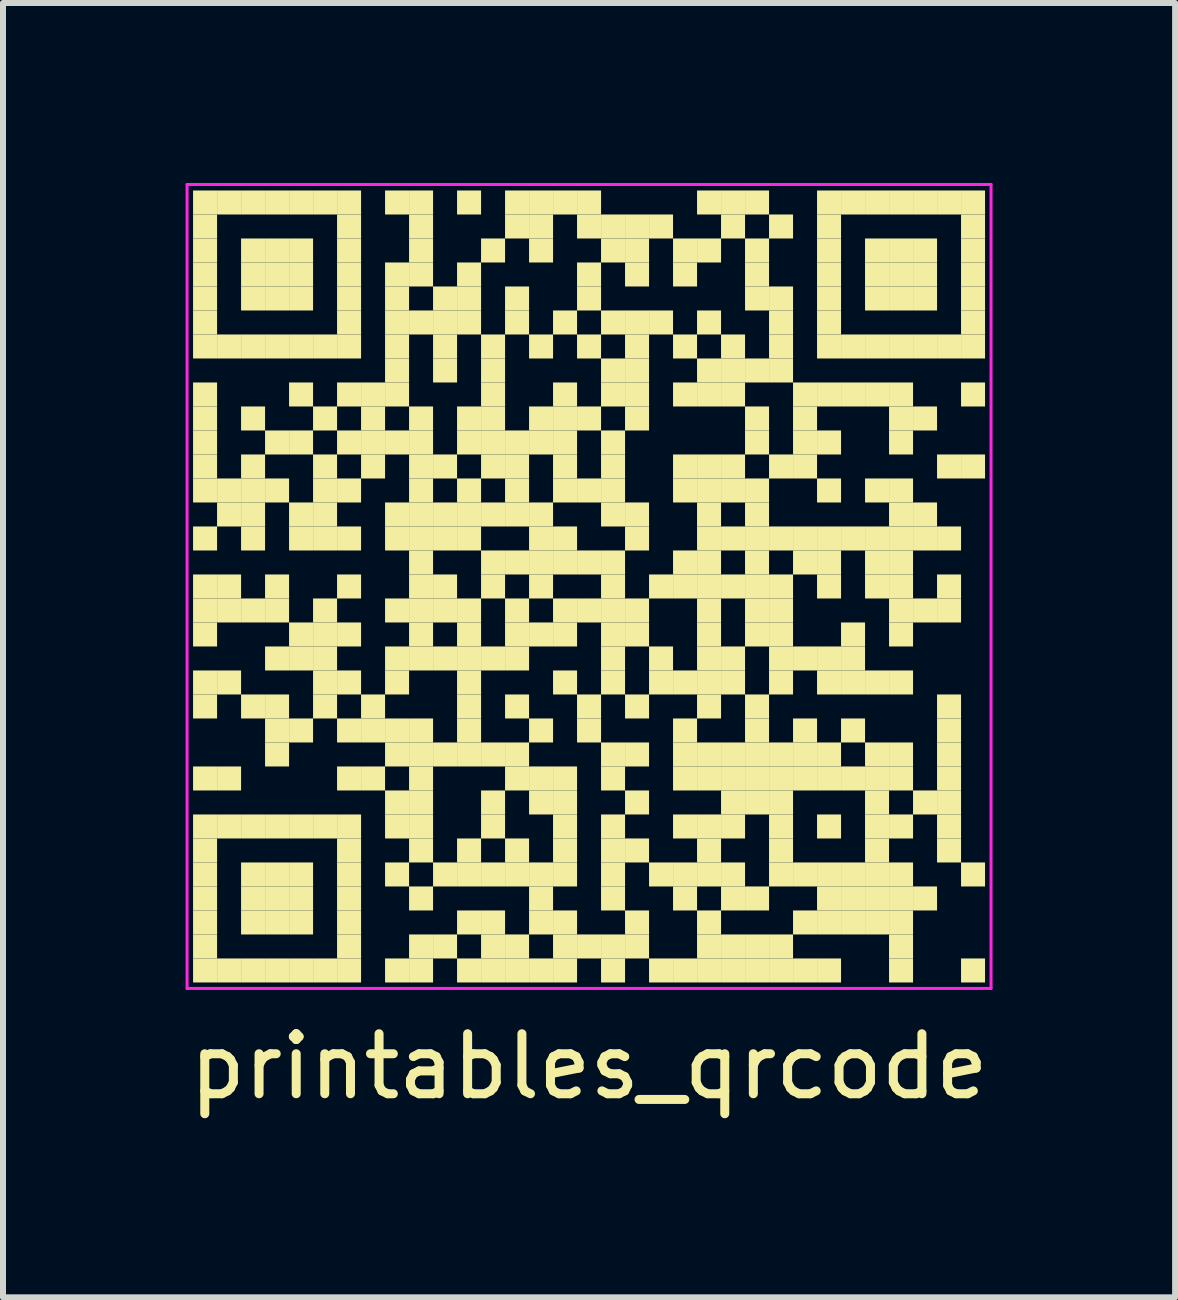
<source format=kicad_pcb>
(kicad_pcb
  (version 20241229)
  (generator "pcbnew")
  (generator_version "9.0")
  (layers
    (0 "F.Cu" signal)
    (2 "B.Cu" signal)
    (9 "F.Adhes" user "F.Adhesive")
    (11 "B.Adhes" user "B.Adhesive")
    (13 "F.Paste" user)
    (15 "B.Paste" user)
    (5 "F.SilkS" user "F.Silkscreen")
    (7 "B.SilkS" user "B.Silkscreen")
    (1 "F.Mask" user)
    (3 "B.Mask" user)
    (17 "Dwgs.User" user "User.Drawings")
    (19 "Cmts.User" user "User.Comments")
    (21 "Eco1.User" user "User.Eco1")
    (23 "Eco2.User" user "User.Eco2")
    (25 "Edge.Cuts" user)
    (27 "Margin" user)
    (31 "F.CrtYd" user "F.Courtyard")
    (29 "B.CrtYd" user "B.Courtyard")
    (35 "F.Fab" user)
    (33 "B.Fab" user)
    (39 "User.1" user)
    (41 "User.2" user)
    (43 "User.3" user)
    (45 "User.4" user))
  (footprint "printables_qrcode"
    (layer "F.Cu")
    (at 6.768 6.725)
    (property "Reference" "printables_qrcode" (at 0 8 0) (layer "F.SilkS") (effects (font (size 1 1) (thickness 0.15))))
    (fp_rect (start -6.6 -6.6) (end -6.2 -6.2) (stroke (width 0) (type solid)) (fill yes) (layer "F.SilkS"))
    (fp_rect (start -6.6 -6.2) (end -6.2 -5.8) (stroke (width 0) (type solid)) (fill yes) (layer "F.SilkS"))
    (fp_rect (start -6.6 -5.8) (end -6.2 -5.4) (stroke (width 0) (type solid)) (fill yes) (layer "F.SilkS"))
    (fp_rect (start -6.6 -5.4) (end -6.2 -5) (stroke (width 0) (type solid)) (fill yes) (layer "F.SilkS"))
    (fp_rect (start -6.6 -5) (end -6.2 -4.6) (stroke (width 0) (type solid)) (fill yes) (layer "F.SilkS"))
    (fp_rect (start -6.6 -4.6) (end -6.2 -4.2) (stroke (width 0) (type solid)) (fill yes) (layer "F.SilkS"))
    (fp_rect (start -6.6 -4.2) (end -6.2 -3.8) (stroke (width 0) (type solid)) (fill yes) (layer "F.SilkS"))
    (fp_rect (start -6.6 -3.4) (end -6.2 -3) (stroke (width 0) (type solid)) (fill yes) (layer "F.SilkS"))
    (fp_rect (start -6.6 -3) (end -6.2 -2.6) (stroke (width 0) (type solid)) (fill yes) (layer "F.SilkS"))
    (fp_rect (start -6.6 -2.6) (end -6.2 -2.2) (stroke (width 0) (type solid)) (fill yes) (layer "F.SilkS"))
    (fp_rect (start -6.6 -2.2) (end -6.2 -1.8) (stroke (width 0) (type solid)) (fill yes) (layer "F.SilkS"))
    (fp_rect (start -6.6 -1.8) (end -6.2 -1.4) (stroke (width 0) (type solid)) (fill yes) (layer "F.SilkS"))
    (fp_rect (start -6.6 -1) (end -6.2 -0.6) (stroke (width 0) (type solid)) (fill yes) (layer "F.SilkS"))
    (fp_rect (start -6.6 -0.2) (end -6.2 0.2) (stroke (width 0) (type solid)) (fill yes) (layer "F.SilkS"))
    (fp_rect (start -6.6 0.2) (end -6.2 0.6) (stroke (width 0) (type solid)) (fill yes) (layer "F.SilkS"))
    (fp_rect (start -6.6 0.6) (end -6.2 1) (stroke (width 0) (type solid)) (fill yes) (layer "F.SilkS"))
    (fp_rect (start -6.6 1.4) (end -6.2 1.8) (stroke (width 0) (type solid)) (fill yes) (layer "F.SilkS"))
    (fp_rect (start -6.6 1.8) (end -6.2 2.2) (stroke (width 0) (type solid)) (fill yes) (layer "F.SilkS"))
    (fp_rect (start -6.6 3) (end -6.2 3.4) (stroke (width 0) (type solid)) (fill yes) (layer "F.SilkS"))
    (fp_rect (start -6.6 3.8) (end -6.2 4.2) (stroke (width 0) (type solid)) (fill yes) (layer "F.SilkS"))
    (fp_rect (start -6.6 4.2) (end -6.2 4.6) (stroke (width 0) (type solid)) (fill yes) (layer "F.SilkS"))
    (fp_rect (start -6.6 4.6) (end -6.2 5) (stroke (width 0) (type solid)) (fill yes) (layer "F.SilkS"))
    (fp_rect (start -6.6 5) (end -6.2 5.4) (stroke (width 0) (type solid)) (fill yes) (layer "F.SilkS"))
    (fp_rect (start -6.6 5.4) (end -6.2 5.8) (stroke (width 0) (type solid)) (fill yes) (layer "F.SilkS"))
    (fp_rect (start -6.6 5.8) (end -6.2 6.2) (stroke (width 0) (type solid)) (fill yes) (layer "F.SilkS"))
    (fp_rect (start -6.6 6.2) (end -6.2 6.6) (stroke (width 0) (type solid)) (fill yes) (layer "F.SilkS"))
    (fp_rect (start -6.2 -6.6) (end -5.8 -6.2) (stroke (width 0) (type solid)) (fill yes) (layer "F.SilkS"))
    (fp_rect (start -6.2 -4.2) (end -5.8 -3.8) (stroke (width 0) (type solid)) (fill yes) (layer "F.SilkS"))
    (fp_rect (start -6.2 -1.8) (end -5.8 -1.4) (stroke (width 0) (type solid)) (fill yes) (layer "F.SilkS"))
    (fp_rect (start -6.2 -1.4) (end -5.8 -1) (stroke (width 0) (type solid)) (fill yes) (layer "F.SilkS"))
    (fp_rect (start -6.2 -0.2) (end -5.8 0.2) (stroke (width 0) (type solid)) (fill yes) (layer "F.SilkS"))
    (fp_rect (start -6.2 0.2) (end -5.8 0.6) (stroke (width 0) (type solid)) (fill yes) (layer "F.SilkS"))
    (fp_rect (start -6.2 1.4) (end -5.8 1.8) (stroke (width 0) (type solid)) (fill yes) (layer "F.SilkS"))
    (fp_rect (start -6.2 3) (end -5.8 3.4) (stroke (width 0) (type solid)) (fill yes) (layer "F.SilkS"))
    (fp_rect (start -6.2 3.8) (end -5.8 4.2) (stroke (width 0) (type solid)) (fill yes) (layer "F.SilkS"))
    (fp_rect (start -6.2 6.2) (end -5.8 6.6) (stroke (width 0) (type solid)) (fill yes) (layer "F.SilkS"))
    (fp_rect (start -5.8 -6.6) (end -5.4 -6.2) (stroke (width 0) (type solid)) (fill yes) (layer "F.SilkS"))
    (fp_rect (start -5.8 -5.8) (end -5.4 -5.4) (stroke (width 0) (type solid)) (fill yes) (layer "F.SilkS"))
    (fp_rect (start -5.8 -5.4) (end -5.4 -5) (stroke (width 0) (type solid)) (fill yes) (layer "F.SilkS"))
    (fp_rect (start -5.8 -5) (end -5.4 -4.6) (stroke (width 0) (type solid)) (fill yes) (layer "F.SilkS"))
    (fp_rect (start -5.8 -4.2) (end -5.4 -3.8) (stroke (width 0) (type solid)) (fill yes) (layer "F.SilkS"))
    (fp_rect (start -5.8 -3) (end -5.4 -2.6) (stroke (width 0) (type solid)) (fill yes) (layer "F.SilkS"))
    (fp_rect (start -5.8 -2.2) (end -5.4 -1.8) (stroke (width 0) (type solid)) (fill yes) (layer "F.SilkS"))
    (fp_rect (start -5.8 -1.8) (end -5.4 -1.4) (stroke (width 0) (type solid)) (fill yes) (layer "F.SilkS"))
    (fp_rect (start -5.8 -1.4) (end -5.4 -1) (stroke (width 0) (type solid)) (fill yes) (layer "F.SilkS"))
    (fp_rect (start -5.8 -1) (end -5.4 -0.6) (stroke (width 0) (type solid)) (fill yes) (layer "F.SilkS"))
    (fp_rect (start -5.8 0.2) (end -5.4 0.6) (stroke (width 0) (type solid)) (fill yes) (layer "F.SilkS"))
    (fp_rect (start -5.8 1.8) (end -5.4 2.2) (stroke (width 0) (type solid)) (fill yes) (layer "F.SilkS"))
    (fp_rect (start -5.8 3.8) (end -5.4 4.2) (stroke (width 0) (type solid)) (fill yes) (layer "F.SilkS"))
    (fp_rect (start -5.8 4.6) (end -5.4 5) (stroke (width 0) (type solid)) (fill yes) (layer "F.SilkS"))
    (fp_rect (start -5.8 5) (end -5.4 5.4) (stroke (width 0) (type solid)) (fill yes) (layer "F.SilkS"))
    (fp_rect (start -5.8 5.4) (end -5.4 5.8) (stroke (width 0) (type solid)) (fill yes) (layer "F.SilkS"))
    (fp_rect (start -5.8 6.2) (end -5.4 6.6) (stroke (width 0) (type solid)) (fill yes) (layer "F.SilkS"))
    (fp_rect (start -5.4 -6.6) (end -5 -6.2) (stroke (width 0) (type solid)) (fill yes) (layer "F.SilkS"))
    (fp_rect (start -5.4 -5.8) (end -5 -5.4) (stroke (width 0) (type solid)) (fill yes) (layer "F.SilkS"))
    (fp_rect (start -5.4 -5.4) (end -5 -5) (stroke (width 0) (type solid)) (fill yes) (layer "F.SilkS"))
    (fp_rect (start -5.4 -5) (end -5 -4.6) (stroke (width 0) (type solid)) (fill yes) (layer "F.SilkS"))
    (fp_rect (start -5.4 -4.2) (end -5 -3.8) (stroke (width 0) (type solid)) (fill yes) (layer "F.SilkS"))
    (fp_rect (start -5.4 -2.6) (end -5 -2.2) (stroke (width 0) (type solid)) (fill yes) (layer "F.SilkS"))
    (fp_rect (start -5.4 -1.8) (end -5 -1.4) (stroke (width 0) (type solid)) (fill yes) (layer "F.SilkS"))
    (fp_rect (start -5.4 -0.2) (end -5 0.2) (stroke (width 0) (type solid)) (fill yes) (layer "F.SilkS"))
    (fp_rect (start -5.4 0.2) (end -5 0.6) (stroke (width 0) (type solid)) (fill yes) (layer "F.SilkS"))
    (fp_rect (start -5.4 1) (end -5 1.4) (stroke (width 0) (type solid)) (fill yes) (layer "F.SilkS"))
    (fp_rect (start -5.4 1.8) (end -5 2.2) (stroke (width 0) (type solid)) (fill yes) (layer "F.SilkS"))
    (fp_rect (start -5.4 2.2) (end -5 2.6) (stroke (width 0) (type solid)) (fill yes) (layer "F.SilkS"))
    (fp_rect (start -5.4 2.6) (end -5 3) (stroke (width 0) (type solid)) (fill yes) (layer "F.SilkS"))
    (fp_rect (start -5.4 3.8) (end -5 4.2) (stroke (width 0) (type solid)) (fill yes) (layer "F.SilkS"))
    (fp_rect (start -5.4 4.6) (end -5 5) (stroke (width 0) (type solid)) (fill yes) (layer "F.SilkS"))
    (fp_rect (start -5.4 5) (end -5 5.4) (stroke (width 0) (type solid)) (fill yes) (layer "F.SilkS"))
    (fp_rect (start -5.4 5.4) (end -5 5.8) (stroke (width 0) (type solid)) (fill yes) (layer "F.SilkS"))
    (fp_rect (start -5.4 6.2) (end -5 6.6) (stroke (width 0) (type solid)) (fill yes) (layer "F.SilkS"))
    (fp_rect (start -5 -6.6) (end -4.6 -6.2) (stroke (width 0) (type solid)) (fill yes) (layer "F.SilkS"))
    (fp_rect (start -5 -5.8) (end -4.6 -5.4) (stroke (width 0) (type solid)) (fill yes) (layer "F.SilkS"))
    (fp_rect (start -5 -5.4) (end -4.6 -5) (stroke (width 0) (type solid)) (fill yes) (layer "F.SilkS"))
    (fp_rect (start -5 -5) (end -4.6 -4.6) (stroke (width 0) (type solid)) (fill yes) (layer "F.SilkS"))
    (fp_rect (start -5 -4.2) (end -4.6 -3.8) (stroke (width 0) (type solid)) (fill yes) (layer "F.SilkS"))
    (fp_rect (start -5 -3.4) (end -4.6 -3) (stroke (width 0) (type solid)) (fill yes) (layer "F.SilkS"))
    (fp_rect (start -5 -2.6) (end -4.6 -2.2) (stroke (width 0) (type solid)) (fill yes) (layer "F.SilkS"))
    (fp_rect (start -5 -1.4) (end -4.6 -1) (stroke (width 0) (type solid)) (fill yes) (layer "F.SilkS"))
    (fp_rect (start -5 -1) (end -4.6 -0.6) (stroke (width 0) (type solid)) (fill yes) (layer "F.SilkS"))
    (fp_rect (start -5 0.6) (end -4.6 1) (stroke (width 0) (type solid)) (fill yes) (layer "F.SilkS"))
    (fp_rect (start -5 1) (end -4.6 1.4) (stroke (width 0) (type solid)) (fill yes) (layer "F.SilkS"))
    (fp_rect (start -5 2.2) (end -4.6 2.6) (stroke (width 0) (type solid)) (fill yes) (layer "F.SilkS"))
    (fp_rect (start -5 3.8) (end -4.6 4.2) (stroke (width 0) (type solid)) (fill yes) (layer "F.SilkS"))
    (fp_rect (start -5 4.6) (end -4.6 5) (stroke (width 0) (type solid)) (fill yes) (layer "F.SilkS"))
    (fp_rect (start -5 5) (end -4.6 5.4) (stroke (width 0) (type solid)) (fill yes) (layer "F.SilkS"))
    (fp_rect (start -5 5.4) (end -4.6 5.8) (stroke (width 0) (type solid)) (fill yes) (layer "F.SilkS"))
    (fp_rect (start -5 6.2) (end -4.6 6.6) (stroke (width 0) (type solid)) (fill yes) (layer "F.SilkS"))
    (fp_rect (start -4.6 -6.6) (end -4.2 -6.2) (stroke (width 0) (type solid)) (fill yes) (layer "F.SilkS"))
    (fp_rect (start -4.6 -4.2) (end -4.2 -3.8) (stroke (width 0) (type solid)) (fill yes) (layer "F.SilkS"))
    (fp_rect (start -4.6 -3) (end -4.2 -2.6) (stroke (width 0) (type solid)) (fill yes) (layer "F.SilkS"))
    (fp_rect (start -4.6 -2.2) (end -4.2 -1.8) (stroke (width 0) (type solid)) (fill yes) (layer "F.SilkS"))
    (fp_rect (start -4.6 -1.8) (end -4.2 -1.4) (stroke (width 0) (type solid)) (fill yes) (layer "F.SilkS"))
    (fp_rect (start -4.6 -1.4) (end -4.2 -1) (stroke (width 0) (type solid)) (fill yes) (layer "F.SilkS"))
    (fp_rect (start -4.6 -1) (end -4.2 -0.6) (stroke (width 0) (type solid)) (fill yes) (layer "F.SilkS"))
    (fp_rect (start -4.6 0.2) (end -4.2 0.6) (stroke (width 0) (type solid)) (fill yes) (layer "F.SilkS"))
    (fp_rect (start -4.6 0.6) (end -4.2 1) (stroke (width 0) (type solid)) (fill yes) (layer "F.SilkS"))
    (fp_rect (start -4.6 1) (end -4.2 1.4) (stroke (width 0) (type solid)) (fill yes) (layer "F.SilkS"))
    (fp_rect (start -4.6 1.4) (end -4.2 1.8) (stroke (width 0) (type solid)) (fill yes) (layer "F.SilkS"))
    (fp_rect (start -4.6 1.8) (end -4.2 2.2) (stroke (width 0) (type solid)) (fill yes) (layer "F.SilkS"))
    (fp_rect (start -4.6 3.8) (end -4.2 4.2) (stroke (width 0) (type solid)) (fill yes) (layer "F.SilkS"))
    (fp_rect (start -4.6 6.2) (end -4.2 6.6) (stroke (width 0) (type solid)) (fill yes) (layer "F.SilkS"))
    (fp_rect (start -4.2 -6.6) (end -3.8 -6.2) (stroke (width 0) (type solid)) (fill yes) (layer "F.SilkS"))
    (fp_rect (start -4.2 -6.2) (end -3.8 -5.8) (stroke (width 0) (type solid)) (fill yes) (layer "F.SilkS"))
    (fp_rect (start -4.2 -5.8) (end -3.8 -5.4) (stroke (width 0) (type solid)) (fill yes) (layer "F.SilkS"))
    (fp_rect (start -4.2 -5.4) (end -3.8 -5) (stroke (width 0) (type solid)) (fill yes) (layer "F.SilkS"))
    (fp_rect (start -4.2 -5) (end -3.8 -4.6) (stroke (width 0) (type solid)) (fill yes) (layer "F.SilkS"))
    (fp_rect (start -4.2 -4.6) (end -3.8 -4.2) (stroke (width 0) (type solid)) (fill yes) (layer "F.SilkS"))
    (fp_rect (start -4.2 -4.2) (end -3.8 -3.8) (stroke (width 0) (type solid)) (fill yes) (layer "F.SilkS"))
    (fp_rect (start -4.2 -3.4) (end -3.8 -3) (stroke (width 0) (type solid)) (fill yes) (layer "F.SilkS"))
    (fp_rect (start -4.2 -2.6) (end -3.8 -2.2) (stroke (width 0) (type solid)) (fill yes) (layer "F.SilkS"))
    (fp_rect (start -4.2 -1.8) (end -3.8 -1.4) (stroke (width 0) (type solid)) (fill yes) (layer "F.SilkS"))
    (fp_rect (start -4.2 -1) (end -3.8 -0.6) (stroke (width 0) (type solid)) (fill yes) (layer "F.SilkS"))
    (fp_rect (start -4.2 -0.2) (end -3.8 0.2) (stroke (width 0) (type solid)) (fill yes) (layer "F.SilkS"))
    (fp_rect (start -4.2 0.6) (end -3.8 1) (stroke (width 0) (type solid)) (fill yes) (layer "F.SilkS"))
    (fp_rect (start -4.2 1.4) (end -3.8 1.8) (stroke (width 0) (type solid)) (fill yes) (layer "F.SilkS"))
    (fp_rect (start -4.2 2.2) (end -3.8 2.6) (stroke (width 0) (type solid)) (fill yes) (layer "F.SilkS"))
    (fp_rect (start -4.2 3) (end -3.8 3.4) (stroke (width 0) (type solid)) (fill yes) (layer "F.SilkS"))
    (fp_rect (start -4.2 3.8) (end -3.8 4.2) (stroke (width 0) (type solid)) (fill yes) (layer "F.SilkS"))
    (fp_rect (start -4.2 4.2) (end -3.8 4.6) (stroke (width 0) (type solid)) (fill yes) (layer "F.SilkS"))
    (fp_rect (start -4.2 4.6) (end -3.8 5) (stroke (width 0) (type solid)) (fill yes) (layer "F.SilkS"))
    (fp_rect (start -4.2 5) (end -3.8 5.4) (stroke (width 0) (type solid)) (fill yes) (layer "F.SilkS"))
    (fp_rect (start -4.2 5.4) (end -3.8 5.8) (stroke (width 0) (type solid)) (fill yes) (layer "F.SilkS"))
    (fp_rect (start -4.2 5.8) (end -3.8 6.2) (stroke (width 0) (type solid)) (fill yes) (layer "F.SilkS"))
    (fp_rect (start -4.2 6.2) (end -3.8 6.6) (stroke (width 0) (type solid)) (fill yes) (layer "F.SilkS"))
    (fp_rect (start -3.8 -3.4) (end -3.4 -3) (stroke (width 0) (type solid)) (fill yes) (layer "F.SilkS"))
    (fp_rect (start -3.8 -3) (end -3.4 -2.6) (stroke (width 0) (type solid)) (fill yes) (layer "F.SilkS"))
    (fp_rect (start -3.8 -2.6) (end -3.4 -2.2) (stroke (width 0) (type solid)) (fill yes) (layer "F.SilkS"))
    (fp_rect (start -3.8 -2.2) (end -3.4 -1.8) (stroke (width 0) (type solid)) (fill yes) (layer "F.SilkS"))
    (fp_rect (start -3.8 1.8) (end -3.4 2.2) (stroke (width 0) (type solid)) (fill yes) (layer "F.SilkS"))
    (fp_rect (start -3.8 2.2) (end -3.4 2.6) (stroke (width 0) (type solid)) (fill yes) (layer "F.SilkS"))
    (fp_rect (start -3.8 3) (end -3.4 3.4) (stroke (width 0) (type solid)) (fill yes) (layer "F.SilkS"))
    (fp_rect (start -3.4 -6.6) (end -3 -6.2) (stroke (width 0) (type solid)) (fill yes) (layer "F.SilkS"))
    (fp_rect (start -3.4 -5.4) (end -3 -5) (stroke (width 0) (type solid)) (fill yes) (layer "F.SilkS"))
    (fp_rect (start -3.4 -5) (end -3 -4.6) (stroke (width 0) (type solid)) (fill yes) (layer "F.SilkS"))
    (fp_rect (start -3.4 -4.6) (end -3 -4.2) (stroke (width 0) (type solid)) (fill yes) (layer "F.SilkS"))
    (fp_rect (start -3.4 -4.2) (end -3 -3.8) (stroke (width 0) (type solid)) (fill yes) (layer "F.SilkS"))
    (fp_rect (start -3.4 -3.8) (end -3 -3.4) (stroke (width 0) (type solid)) (fill yes) (layer "F.SilkS"))
    (fp_rect (start -3.4 -3.4) (end -3 -3) (stroke (width 0) (type solid)) (fill yes) (layer "F.SilkS"))
    (fp_rect (start -3.4 -2.6) (end -3 -2.2) (stroke (width 0) (type solid)) (fill yes) (layer "F.SilkS"))
    (fp_rect (start -3.4 -1.4) (end -3 -1) (stroke (width 0) (type solid)) (fill yes) (layer "F.SilkS"))
    (fp_rect (start -3.4 -1) (end -3 -0.6) (stroke (width 0) (type solid)) (fill yes) (layer "F.SilkS"))
    (fp_rect (start -3.4 0.2) (end -3 0.6) (stroke (width 0) (type solid)) (fill yes) (layer "F.SilkS"))
    (fp_rect (start -3.4 1) (end -3 1.4) (stroke (width 0) (type solid)) (fill yes) (layer "F.SilkS"))
    (fp_rect (start -3.4 1.4) (end -3 1.8) (stroke (width 0) (type solid)) (fill yes) (layer "F.SilkS"))
    (fp_rect (start -3.4 2.2) (end -3 2.6) (stroke (width 0) (type solid)) (fill yes) (layer "F.SilkS"))
    (fp_rect (start -3.4 2.6) (end -3 3) (stroke (width 0) (type solid)) (fill yes) (layer "F.SilkS"))
    (fp_rect (start -3.4 3.4) (end -3 3.8) (stroke (width 0) (type solid)) (fill yes) (layer "F.SilkS"))
    (fp_rect (start -3.4 3.8) (end -3 4.2) (stroke (width 0) (type solid)) (fill yes) (layer "F.SilkS"))
    (fp_rect (start -3.4 4.6) (end -3 5) (stroke (width 0) (type solid)) (fill yes) (layer "F.SilkS"))
    (fp_rect (start -3.4 6.2) (end -3 6.6) (stroke (width 0) (type solid)) (fill yes) (layer "F.SilkS"))
    (fp_rect (start -3 -6.6) (end -2.6 -6.2) (stroke (width 0) (type solid)) (fill yes) (layer "F.SilkS"))
    (fp_rect (start -3 -6.2) (end -2.6 -5.8) (stroke (width 0) (type solid)) (fill yes) (layer "F.SilkS"))
    (fp_rect (start -3 -5.8) (end -2.6 -5.4) (stroke (width 0) (type solid)) (fill yes) (layer "F.SilkS"))
    (fp_rect (start -3 -5.4) (end -2.6 -5) (stroke (width 0) (type solid)) (fill yes) (layer "F.SilkS"))
    (fp_rect (start -3 -4.6) (end -2.6 -4.2) (stroke (width 0) (type solid)) (fill yes) (layer "F.SilkS"))
    (fp_rect (start -3 -3) (end -2.6 -2.6) (stroke (width 0) (type solid)) (fill yes) (layer "F.SilkS"))
    (fp_rect (start -3 -2.6) (end -2.6 -2.2) (stroke (width 0) (type solid)) (fill yes) (layer "F.SilkS"))
    (fp_rect (start -3 -2.2) (end -2.6 -1.8) (stroke (width 0) (type solid)) (fill yes) (layer "F.SilkS"))
    (fp_rect (start -3 -1.8) (end -2.6 -1.4) (stroke (width 0) (type solid)) (fill yes) (layer "F.SilkS"))
    (fp_rect (start -3 -1.4) (end -2.6 -1) (stroke (width 0) (type solid)) (fill yes) (layer "F.SilkS"))
    (fp_rect (start -3 -1) (end -2.6 -0.6) (stroke (width 0) (type solid)) (fill yes) (layer "F.SilkS"))
    (fp_rect (start -3 -0.6) (end -2.6 -0.2) (stroke (width 0) (type solid)) (fill yes) (layer "F.SilkS"))
    (fp_rect (start -3 -0.2) (end -2.6 0.2) (stroke (width 0) (type solid)) (fill yes) (layer "F.SilkS"))
    (fp_rect (start -3 0.2) (end -2.6 0.6) (stroke (width 0) (type solid)) (fill yes) (layer "F.SilkS"))
    (fp_rect (start -3 0.6) (end -2.6 1) (stroke (width 0) (type solid)) (fill yes) (layer "F.SilkS"))
    (fp_rect (start -3 1) (end -2.6 1.4) (stroke (width 0) (type solid)) (fill yes) (layer "F.SilkS"))
    (fp_rect (start -3 2.2) (end -2.6 2.6) (stroke (width 0) (type solid)) (fill yes) (layer "F.SilkS"))
    (fp_rect (start -3 2.6) (end -2.6 3) (stroke (width 0) (type solid)) (fill yes) (layer "F.SilkS"))
    (fp_rect (start -3 3) (end -2.6 3.4) (stroke (width 0) (type solid)) (fill yes) (layer "F.SilkS"))
    (fp_rect (start -3 3.4) (end -2.6 3.8) (stroke (width 0) (type solid)) (fill yes) (layer "F.SilkS"))
    (fp_rect (start -3 3.8) (end -2.6 4.2) (stroke (width 0) (type solid)) (fill yes) (layer "F.SilkS"))
    (fp_rect (start -3 4.2) (end -2.6 4.6) (stroke (width 0) (type solid)) (fill yes) (layer "F.SilkS"))
    (fp_rect (start -3 5) (end -2.6 5.4) (stroke (width 0) (type solid)) (fill yes) (layer "F.SilkS"))
    (fp_rect (start -3 5.8) (end -2.6 6.2) (stroke (width 0) (type solid)) (fill yes) (layer "F.SilkS"))
    (fp_rect (start -3 6.2) (end -2.6 6.6) (stroke (width 0) (type solid)) (fill yes) (layer "F.SilkS"))
    (fp_rect (start -2.6 -5) (end -2.2 -4.6) (stroke (width 0) (type solid)) (fill yes) (layer "F.SilkS"))
    (fp_rect (start -2.6 -4.6) (end -2.2 -4.2) (stroke (width 0) (type solid)) (fill yes) (layer "F.SilkS"))
    (fp_rect (start -2.6 -4.2) (end -2.2 -3.8) (stroke (width 0) (type solid)) (fill yes) (layer "F.SilkS"))
    (fp_rect (start -2.6 -3.8) (end -2.2 -3.4) (stroke (width 0) (type solid)) (fill yes) (layer "F.SilkS"))
    (fp_rect (start -2.6 -2.2) (end -2.2 -1.8) (stroke (width 0) (type solid)) (fill yes) (layer "F.SilkS"))
    (fp_rect (start -2.6 -1.4) (end -2.2 -1) (stroke (width 0) (type solid)) (fill yes) (layer "F.SilkS"))
    (fp_rect (start -2.6 -1) (end -2.2 -0.6) (stroke (width 0) (type solid)) (fill yes) (layer "F.SilkS"))
    (fp_rect (start -2.6 -0.2) (end -2.2 0.2) (stroke (width 0) (type solid)) (fill yes) (layer "F.SilkS"))
    (fp_rect (start -2.6 0.2) (end -2.2 0.6) (stroke (width 0) (type solid)) (fill yes) (layer "F.SilkS"))
    (fp_rect (start -2.6 1) (end -2.2 1.4) (stroke (width 0) (type solid)) (fill yes) (layer "F.SilkS"))
    (fp_rect (start -2.6 2.6) (end -2.2 3) (stroke (width 0) (type solid)) (fill yes) (layer "F.SilkS"))
    (fp_rect (start -2.6 4.6) (end -2.2 5) (stroke (width 0) (type solid)) (fill yes) (layer "F.SilkS"))
    (fp_rect (start -2.6 5.8) (end -2.2 6.2) (stroke (width 0) (type solid)) (fill yes) (layer "F.SilkS"))
    (fp_rect (start -2.2 -6.6) (end -1.8 -6.2) (stroke (width 0) (type solid)) (fill yes) (layer "F.SilkS"))
    (fp_rect (start -2.2 -5.4) (end -1.8 -5) (stroke (width 0) (type solid)) (fill yes) (layer "F.SilkS"))
    (fp_rect (start -2.2 -5) (end -1.8 -4.6) (stroke (width 0) (type solid)) (fill yes) (layer "F.SilkS"))
    (fp_rect (start -2.2 -4.6) (end -1.8 -4.2) (stroke (width 0) (type solid)) (fill yes) (layer "F.SilkS"))
    (fp_rect (start -2.2 -3) (end -1.8 -2.6) (stroke (width 0) (type solid)) (fill yes) (layer "F.SilkS"))
    (fp_rect (start -2.2 -2.6) (end -1.8 -2.2) (stroke (width 0) (type solid)) (fill yes) (layer "F.SilkS"))
    (fp_rect (start -2.2 -1.8) (end -1.8 -1.4) (stroke (width 0) (type solid)) (fill yes) (layer "F.SilkS"))
    (fp_rect (start -2.2 -1.4) (end -1.8 -1) (stroke (width 0) (type solid)) (fill yes) (layer "F.SilkS"))
    (fp_rect (start -2.2 -1) (end -1.8 -0.6) (stroke (width 0) (type solid)) (fill yes) (layer "F.SilkS"))
    (fp_rect (start -2.2 0.2) (end -1.8 0.6) (stroke (width 0) (type solid)) (fill yes) (layer "F.SilkS"))
    (fp_rect (start -2.2 0.6) (end -1.8 1) (stroke (width 0) (type solid)) (fill yes) (layer "F.SilkS"))
    (fp_rect (start -2.2 1) (end -1.8 1.4) (stroke (width 0) (type solid)) (fill yes) (layer "F.SilkS"))
    (fp_rect (start -2.2 1.4) (end -1.8 1.8) (stroke (width 0) (type solid)) (fill yes) (layer "F.SilkS"))
    (fp_rect (start -2.2 1.8) (end -1.8 2.2) (stroke (width 0) (type solid)) (fill yes) (layer "F.SilkS"))
    (fp_rect (start -2.2 2.2) (end -1.8 2.6) (stroke (width 0) (type solid)) (fill yes) (layer "F.SilkS"))
    (fp_rect (start -2.2 2.6) (end -1.8 3) (stroke (width 0) (type solid)) (fill yes) (layer "F.SilkS"))
    (fp_rect (start -2.2 4.2) (end -1.8 4.6) (stroke (width 0) (type solid)) (fill yes) (layer "F.SilkS"))
    (fp_rect (start -2.2 4.6) (end -1.8 5) (stroke (width 0) (type solid)) (fill yes) (layer "F.SilkS"))
    (fp_rect (start -2.2 5.4) (end -1.8 5.8) (stroke (width 0) (type solid)) (fill yes) (layer "F.SilkS"))
    (fp_rect (start -2.2 6.2) (end -1.8 6.6) (stroke (width 0) (type solid)) (fill yes) (layer "F.SilkS"))
    (fp_rect (start -1.8 -5.8) (end -1.4 -5.4) (stroke (width 0) (type solid)) (fill yes) (layer "F.SilkS"))
    (fp_rect (start -1.8 -4.2) (end -1.4 -3.8) (stroke (width 0) (type solid)) (fill yes) (layer "F.SilkS"))
    (fp_rect (start -1.8 -3.8) (end -1.4 -3.4) (stroke (width 0) (type solid)) (fill yes) (layer "F.SilkS"))
    (fp_rect (start -1.8 -3.4) (end -1.4 -3) (stroke (width 0) (type solid)) (fill yes) (layer "F.SilkS"))
    (fp_rect (start -1.8 -3) (end -1.4 -2.6) (stroke (width 0) (type solid)) (fill yes) (layer "F.SilkS"))
    (fp_rect (start -1.8 -2.6) (end -1.4 -2.2) (stroke (width 0) (type solid)) (fill yes) (layer "F.SilkS"))
    (fp_rect (start -1.8 -2.2) (end -1.4 -1.8) (stroke (width 0) (type solid)) (fill yes) (layer "F.SilkS"))
    (fp_rect (start -1.8 -1.4) (end -1.4 -1) (stroke (width 0) (type solid)) (fill yes) (layer "F.SilkS"))
    (fp_rect (start -1.8 -0.6) (end -1.4 -0.2) (stroke (width 0) (type solid)) (fill yes) (layer "F.SilkS"))
    (fp_rect (start -1.8 -0.2) (end -1.4 0.2) (stroke (width 0) (type solid)) (fill yes) (layer "F.SilkS"))
    (fp_rect (start -1.8 1) (end -1.4 1.4) (stroke (width 0) (type solid)) (fill yes) (layer "F.SilkS"))
    (fp_rect (start -1.8 2.6) (end -1.4 3) (stroke (width 0) (type solid)) (fill yes) (layer "F.SilkS"))
    (fp_rect (start -1.8 3.4) (end -1.4 3.8) (stroke (width 0) (type solid)) (fill yes) (layer "F.SilkS"))
    (fp_rect (start -1.8 3.8) (end -1.4 4.2) (stroke (width 0) (type solid)) (fill yes) (layer "F.SilkS"))
    (fp_rect (start -1.8 4.6) (end -1.4 5) (stroke (width 0) (type solid)) (fill yes) (layer "F.SilkS"))
    (fp_rect (start -1.8 5.4) (end -1.4 5.8) (stroke (width 0) (type solid)) (fill yes) (layer "F.SilkS"))
    (fp_rect (start -1.8 5.8) (end -1.4 6.2) (stroke (width 0) (type solid)) (fill yes) (layer "F.SilkS"))
    (fp_rect (start -1.8 6.2) (end -1.4 6.6) (stroke (width 0) (type solid)) (fill yes) (layer "F.SilkS"))
    (fp_rect (start -1.4 -6.6) (end -1 -6.2) (stroke (width 0) (type solid)) (fill yes) (layer "F.SilkS"))
    (fp_rect (start -1.4 -6.2) (end -1 -5.8) (stroke (width 0) (type solid)) (fill yes) (layer "F.SilkS"))
    (fp_rect (start -1.4 -5) (end -1 -4.6) (stroke (width 0) (type solid)) (fill yes) (layer "F.SilkS"))
    (fp_rect (start -1.4 -4.6) (end -1 -4.2) (stroke (width 0) (type solid)) (fill yes) (layer "F.SilkS"))
    (fp_rect (start -1.4 -2.6) (end -1 -2.2) (stroke (width 0) (type solid)) (fill yes) (layer "F.SilkS"))
    (fp_rect (start -1.4 -2.2) (end -1 -1.8) (stroke (width 0) (type solid)) (fill yes) (layer "F.SilkS"))
    (fp_rect (start -1.4 -1.8) (end -1 -1.4) (stroke (width 0) (type solid)) (fill yes) (layer "F.SilkS"))
    (fp_rect (start -1.4 -1.4) (end -1 -1) (stroke (width 0) (type solid)) (fill yes) (layer "F.SilkS"))
    (fp_rect (start -1.4 -0.6) (end -1 -0.2) (stroke (width 0) (type solid)) (fill yes) (layer "F.SilkS"))
    (fp_rect (start -1.4 0.2) (end -1 0.6) (stroke (width 0) (type solid)) (fill yes) (layer "F.SilkS"))
    (fp_rect (start -1.4 0.6) (end -1 1) (stroke (width 0) (type solid)) (fill yes) (layer "F.SilkS"))
    (fp_rect (start -1.4 1) (end -1 1.4) (stroke (width 0) (type solid)) (fill yes) (layer "F.SilkS"))
    (fp_rect (start -1.4 1.8) (end -1 2.2) (stroke (width 0) (type solid)) (fill yes) (layer "F.SilkS"))
    (fp_rect (start -1.4 2.6) (end -1 3) (stroke (width 0) (type solid)) (fill yes) (layer "F.SilkS"))
    (fp_rect (start -1.4 3) (end -1 3.4) (stroke (width 0) (type solid)) (fill yes) (layer "F.SilkS"))
    (fp_rect (start -1.4 4.2) (end -1 4.6) (stroke (width 0) (type solid)) (fill yes) (layer "F.SilkS"))
    (fp_rect (start -1.4 4.6) (end -1 5) (stroke (width 0) (type solid)) (fill yes) (layer "F.SilkS"))
    (fp_rect (start -1.4 5.8) (end -1 6.2) (stroke (width 0) (type solid)) (fill yes) (layer "F.SilkS"))
    (fp_rect (start -1.4 6.2) (end -1 6.6) (stroke (width 0) (type solid)) (fill yes) (layer "F.SilkS"))
    (fp_rect (start -1 -6.6) (end -0.6 -6.2) (stroke (width 0) (type solid)) (fill yes) (layer "F.SilkS"))
    (fp_rect (start -1 -6.2) (end -0.6 -5.8) (stroke (width 0) (type solid)) (fill yes) (layer "F.SilkS"))
    (fp_rect (start -1 -5.8) (end -0.6 -5.4) (stroke (width 0) (type solid)) (fill yes) (layer "F.SilkS"))
    (fp_rect (start -1 -4.2) (end -0.6 -3.8) (stroke (width 0) (type solid)) (fill yes) (layer "F.SilkS"))
    (fp_rect (start -1 -3) (end -0.6 -2.6) (stroke (width 0) (type solid)) (fill yes) (layer "F.SilkS"))
    (fp_rect (start -1 -2.6) (end -0.6 -2.2) (stroke (width 0) (type solid)) (fill yes) (layer "F.SilkS"))
    (fp_rect (start -1 -1.4) (end -0.6 -1) (stroke (width 0) (type solid)) (fill yes) (layer "F.SilkS"))
    (fp_rect (start -1 -1) (end -0.6 -0.6) (stroke (width 0) (type solid)) (fill yes) (layer "F.SilkS"))
    (fp_rect (start -1 -0.6) (end -0.6 -0.2) (stroke (width 0) (type solid)) (fill yes) (layer "F.SilkS"))
    (fp_rect (start -1 -0.2) (end -0.6 0.2) (stroke (width 0) (type solid)) (fill yes) (layer "F.SilkS"))
    (fp_rect (start -1 0.6) (end -0.6 1) (stroke (width 0) (type solid)) (fill yes) (layer "F.SilkS"))
    (fp_rect (start -1 2.2) (end -0.6 2.6) (stroke (width 0) (type solid)) (fill yes) (layer "F.SilkS"))
    (fp_rect (start -1 3) (end -0.6 3.4) (stroke (width 0) (type solid)) (fill yes) (layer "F.SilkS"))
    (fp_rect (start -1 3.4) (end -0.6 3.8) (stroke (width 0) (type solid)) (fill yes) (layer "F.SilkS"))
    (fp_rect (start -1 4.6) (end -0.6 5) (stroke (width 0) (type solid)) (fill yes) (layer "F.SilkS"))
    (fp_rect (start -1 5) (end -0.6 5.4) (stroke (width 0) (type solid)) (fill yes) (layer "F.SilkS"))
    (fp_rect (start -1 5.4) (end -0.6 5.8) (stroke (width 0) (type solid)) (fill yes) (layer "F.SilkS"))
    (fp_rect (start -1 6.2) (end -0.6 6.6) (stroke (width 0) (type solid)) (fill yes) (layer "F.SilkS"))
    (fp_rect (start -0.6 -6.6) (end -0.2 -6.2) (stroke (width 0) (type solid)) (fill yes) (layer "F.SilkS"))
    (fp_rect (start -0.6 -4.6) (end -0.2 -4.2) (stroke (width 0) (type solid)) (fill yes) (layer "F.SilkS"))
    (fp_rect (start -0.6 -3.4) (end -0.2 -3) (stroke (width 0) (type solid)) (fill yes) (layer "F.SilkS"))
    (fp_rect (start -0.6 -3) (end -0.2 -2.6) (stroke (width 0) (type solid)) (fill yes) (layer "F.SilkS"))
    (fp_rect (start -0.6 -2.6) (end -0.2 -2.2) (stroke (width 0) (type solid)) (fill yes) (layer "F.SilkS"))
    (fp_rect (start -0.6 -2.2) (end -0.2 -1.8) (stroke (width 0) (type solid)) (fill yes) (layer "F.SilkS"))
    (fp_rect (start -0.6 -1.8) (end -0.2 -1.4) (stroke (width 0) (type solid)) (fill yes) (layer "F.SilkS"))
    (fp_rect (start -0.6 -1) (end -0.2 -0.6) (stroke (width 0) (type solid)) (fill yes) (layer "F.SilkS"))
    (fp_rect (start -0.6 -0.6) (end -0.2 -0.2) (stroke (width 0) (type solid)) (fill yes) (layer "F.SilkS"))
    (fp_rect (start -0.6 0.2) (end -0.2 0.6) (stroke (width 0) (type solid)) (fill yes) (layer "F.SilkS"))
    (fp_rect (start -0.6 0.6) (end -0.2 1) (stroke (width 0) (type solid)) (fill yes) (layer "F.SilkS"))
    (fp_rect (start -0.6 1.4) (end -0.2 1.8) (stroke (width 0) (type solid)) (fill yes) (layer "F.SilkS"))
    (fp_rect (start -0.6 3) (end -0.2 3.4) (stroke (width 0) (type solid)) (fill yes) (layer "F.SilkS"))
    (fp_rect (start -0.6 3.4) (end -0.2 3.8) (stroke (width 0) (type solid)) (fill yes) (layer "F.SilkS"))
    (fp_rect (start -0.6 3.8) (end -0.2 4.2) (stroke (width 0) (type solid)) (fill yes) (layer "F.SilkS"))
    (fp_rect (start -0.6 4.2) (end -0.2 4.6) (stroke (width 0) (type solid)) (fill yes) (layer "F.SilkS"))
    (fp_rect (start -0.6 4.6) (end -0.2 5) (stroke (width 0) (type solid)) (fill yes) (layer "F.SilkS"))
    (fp_rect (start -0.6 5.4) (end -0.2 5.8) (stroke (width 0) (type solid)) (fill yes) (layer "F.SilkS"))
    (fp_rect (start -0.6 5.8) (end -0.2 6.2) (stroke (width 0) (type solid)) (fill yes) (layer "F.SilkS"))
    (fp_rect (start -0.6 6.2) (end -0.2 6.6) (stroke (width 0) (type solid)) (fill yes) (layer "F.SilkS"))
    (fp_rect (start -0.2 -6.6) (end 0.2 -6.2) (stroke (width 0) (type solid)) (fill yes) (layer "F.SilkS"))
    (fp_rect (start -0.2 -6.2) (end 0.2 -5.8) (stroke (width 0) (type solid)) (fill yes) (layer "F.SilkS"))
    (fp_rect (start -0.2 -5.4) (end 0.2 -5) (stroke (width 0) (type solid)) (fill yes) (layer "F.SilkS"))
    (fp_rect (start -0.2 -5) (end 0.2 -4.6) (stroke (width 0) (type solid)) (fill yes) (layer "F.SilkS"))
    (fp_rect (start -0.2 -4.2) (end 0.2 -3.8) (stroke (width 0) (type solid)) (fill yes) (layer "F.SilkS"))
    (fp_rect (start -0.2 -3) (end 0.2 -2.6) (stroke (width 0) (type solid)) (fill yes) (layer "F.SilkS"))
    (fp_rect (start -0.2 -1.8) (end 0.2 -1.4) (stroke (width 0) (type solid)) (fill yes) (layer "F.SilkS"))
    (fp_rect (start -0.2 -0.6) (end 0.2 -0.2) (stroke (width 0) (type solid)) (fill yes) (layer "F.SilkS"))
    (fp_rect (start -0.2 0.2) (end 0.2 0.6) (stroke (width 0) (type solid)) (fill yes) (layer "F.SilkS"))
    (fp_rect (start -0.2 1.8) (end 0.2 2.2) (stroke (width 0) (type solid)) (fill yes) (layer "F.SilkS"))
    (fp_rect (start -0.2 2.2) (end 0.2 2.6) (stroke (width 0) (type solid)) (fill yes) (layer "F.SilkS"))
    (fp_rect (start -0.2 5.8) (end 0.2 6.2) (stroke (width 0) (type solid)) (fill yes) (layer "F.SilkS"))
    (fp_rect (start 0.2 -6.2) (end 0.6 -5.8) (stroke (width 0) (type solid)) (fill yes) (layer "F.SilkS"))
    (fp_rect (start 0.2 -5.8) (end 0.6 -5.4) (stroke (width 0) (type solid)) (fill yes) (layer "F.SilkS"))
    (fp_rect (start 0.2 -4.6) (end 0.6 -4.2) (stroke (width 0) (type solid)) (fill yes) (layer "F.SilkS"))
    (fp_rect (start 0.2 -3.8) (end 0.6 -3.4) (stroke (width 0) (type solid)) (fill yes) (layer "F.SilkS"))
    (fp_rect (start 0.2 -3.4) (end 0.6 -3) (stroke (width 0) (type solid)) (fill yes) (layer "F.SilkS"))
    (fp_rect (start 0.2 -2.6) (end 0.6 -2.2) (stroke (width 0) (type solid)) (fill yes) (layer "F.SilkS"))
    (fp_rect (start 0.2 -2.2) (end 0.6 -1.8) (stroke (width 0) (type solid)) (fill yes) (layer "F.SilkS"))
    (fp_rect (start 0.2 -1.8) (end 0.6 -1.4) (stroke (width 0) (type solid)) (fill yes) (layer "F.SilkS"))
    (fp_rect (start 0.2 -1.4) (end 0.6 -1) (stroke (width 0) (type solid)) (fill yes) (layer "F.SilkS"))
    (fp_rect (start 0.2 -0.6) (end 0.6 -0.2) (stroke (width 0) (type solid)) (fill yes) (layer "F.SilkS"))
    (fp_rect (start 0.2 -0.2) (end 0.6 0.2) (stroke (width 0) (type solid)) (fill yes) (layer "F.SilkS"))
    (fp_rect (start 0.2 0.2) (end 0.6 0.6) (stroke (width 0) (type solid)) (fill yes) (layer "F.SilkS"))
    (fp_rect (start 0.2 0.6) (end 0.6 1) (stroke (width 0) (type solid)) (fill yes) (layer "F.SilkS"))
    (fp_rect (start 0.2 1) (end 0.6 1.4) (stroke (width 0) (type solid)) (fill yes) (layer "F.SilkS"))
    (fp_rect (start 0.2 1.4) (end 0.6 1.8) (stroke (width 0) (type solid)) (fill yes) (layer "F.SilkS"))
    (fp_rect (start 0.2 2.6) (end 0.6 3) (stroke (width 0) (type solid)) (fill yes) (layer "F.SilkS"))
    (fp_rect (start 0.2 3) (end 0.6 3.4) (stroke (width 0) (type solid)) (fill yes) (layer "F.SilkS"))
    (fp_rect (start 0.2 3.8) (end 0.6 4.2) (stroke (width 0) (type solid)) (fill yes) (layer "F.SilkS"))
    (fp_rect (start 0.2 4.2) (end 0.6 4.6) (stroke (width 0) (type solid)) (fill yes) (layer "F.SilkS"))
    (fp_rect (start 0.2 4.6) (end 0.6 5) (stroke (width 0) (type solid)) (fill yes) (layer "F.SilkS"))
    (fp_rect (start 0.2 5) (end 0.6 5.4) (stroke (width 0) (type solid)) (fill yes) (layer "F.SilkS"))
    (fp_rect (start 0.2 5.8) (end 0.6 6.2) (stroke (width 0) (type solid)) (fill yes) (layer "F.SilkS"))
    (fp_rect (start 0.2 6.2) (end 0.6 6.6) (stroke (width 0) (type solid)) (fill yes) (layer "F.SilkS"))
    (fp_rect (start 0.6 -6.2) (end 1 -5.8) (stroke (width 0) (type solid)) (fill yes) (layer "F.SilkS"))
    (fp_rect (start 0.6 -5.8) (end 1 -5.4) (stroke (width 0) (type solid)) (fill yes) (layer "F.SilkS"))
    (fp_rect (start 0.6 -5.4) (end 1 -5) (stroke (width 0) (type solid)) (fill yes) (layer "F.SilkS"))
    (fp_rect (start 0.6 -4.6) (end 1 -4.2) (stroke (width 0) (type solid)) (fill yes) (layer "F.SilkS"))
    (fp_rect (start 0.6 -4.2) (end 1 -3.8) (stroke (width 0) (type solid)) (fill yes) (layer "F.SilkS"))
    (fp_rect (start 0.6 -3.8) (end 1 -3.4) (stroke (width 0) (type solid)) (fill yes) (layer "F.SilkS"))
    (fp_rect (start 0.6 -3.4) (end 1 -3) (stroke (width 0) (type solid)) (fill yes) (layer "F.SilkS"))
    (fp_rect (start 0.6 -3) (end 1 -2.6) (stroke (width 0) (type solid)) (fill yes) (layer "F.SilkS"))
    (fp_rect (start 0.6 -1.4) (end 1 -1) (stroke (width 0) (type solid)) (fill yes) (layer "F.SilkS"))
    (fp_rect (start 0.6 -1) (end 1 -0.6) (stroke (width 0) (type solid)) (fill yes) (layer "F.SilkS"))
    (fp_rect (start 0.6 0.2) (end 1 0.6) (stroke (width 0) (type solid)) (fill yes) (layer "F.SilkS"))
    (fp_rect (start 0.6 0.6) (end 1 1) (stroke (width 0) (type solid)) (fill yes) (layer "F.SilkS"))
    (fp_rect (start 0.6 1.8) (end 1 2.2) (stroke (width 0) (type solid)) (fill yes) (layer "F.SilkS"))
    (fp_rect (start 0.6 2.6) (end 1 3) (stroke (width 0) (type solid)) (fill yes) (layer "F.SilkS"))
    (fp_rect (start 0.6 3.4) (end 1 3.8) (stroke (width 0) (type solid)) (fill yes) (layer "F.SilkS"))
    (fp_rect (start 0.6 4.2) (end 1 4.6) (stroke (width 0) (type solid)) (fill yes) (layer "F.SilkS"))
    (fp_rect (start 0.6 5.4) (end 1 5.8) (stroke (width 0) (type solid)) (fill yes) (layer "F.SilkS"))
    (fp_rect (start 0.6 5.8) (end 1 6.2) (stroke (width 0) (type solid)) (fill yes) (layer "F.SilkS"))
    (fp_rect (start 1 -6.2) (end 1.4 -5.8) (stroke (width 0) (type solid)) (fill yes) (layer "F.SilkS"))
    (fp_rect (start 1 -4.6) (end 1.4 -4.2) (stroke (width 0) (type solid)) (fill yes) (layer "F.SilkS"))
    (fp_rect (start 1 -0.2) (end 1.4 0.2) (stroke (width 0) (type solid)) (fill yes) (layer "F.SilkS"))
    (fp_rect (start 1 1) (end 1.4 1.4) (stroke (width 0) (type solid)) (fill yes) (layer "F.SilkS"))
    (fp_rect (start 1 1.4) (end 1.4 1.8) (stroke (width 0) (type solid)) (fill yes) (layer "F.SilkS"))
    (fp_rect (start 1 4.6) (end 1.4 5) (stroke (width 0) (type solid)) (fill yes) (layer "F.SilkS"))
    (fp_rect (start 1 6.2) (end 1.4 6.6) (stroke (width 0) (type solid)) (fill yes) (layer "F.SilkS"))
    (fp_rect (start 1.4 -5.8) (end 1.8 -5.4) (stroke (width 0) (type solid)) (fill yes) (layer "F.SilkS"))
    (fp_rect (start 1.4 -5.4) (end 1.8 -5) (stroke (width 0) (type solid)) (fill yes) (layer "F.SilkS"))
    (fp_rect (start 1.4 -4.2) (end 1.8 -3.8) (stroke (width 0) (type solid)) (fill yes) (layer "F.SilkS"))
    (fp_rect (start 1.4 -3.4) (end 1.8 -3) (stroke (width 0) (type solid)) (fill yes) (layer "F.SilkS"))
    (fp_rect (start 1.4 -2.2) (end 1.8 -1.8) (stroke (width 0) (type solid)) (fill yes) (layer "F.SilkS"))
    (fp_rect (start 1.4 -1.8) (end 1.8 -1.4) (stroke (width 0) (type solid)) (fill yes) (layer "F.SilkS"))
    (fp_rect (start 1.4 -0.6) (end 1.8 -0.2) (stroke (width 0) (type solid)) (fill yes) (layer "F.SilkS"))
    (fp_rect (start 1.4 -0.2) (end 1.8 0.2) (stroke (width 0) (type solid)) (fill yes) (layer "F.SilkS"))
    (fp_rect (start 1.4 1.4) (end 1.8 1.8) (stroke (width 0) (type solid)) (fill yes) (layer "F.SilkS"))
    (fp_rect (start 1.4 2.2) (end 1.8 2.6) (stroke (width 0) (type solid)) (fill yes) (layer "F.SilkS"))
    (fp_rect (start 1.4 2.6) (end 1.8 3) (stroke (width 0) (type solid)) (fill yes) (layer "F.SilkS"))
    (fp_rect (start 1.4 3) (end 1.8 3.4) (stroke (width 0) (type solid)) (fill yes) (layer "F.SilkS"))
    (fp_rect (start 1.4 3.8) (end 1.8 4.2) (stroke (width 0) (type solid)) (fill yes) (layer "F.SilkS"))
    (fp_rect (start 1.4 4.6) (end 1.8 5) (stroke (width 0) (type solid)) (fill yes) (layer "F.SilkS"))
    (fp_rect (start 1.4 5) (end 1.8 5.4) (stroke (width 0) (type solid)) (fill yes) (layer "F.SilkS"))
    (fp_rect (start 1.4 6.2) (end 1.8 6.6) (stroke (width 0) (type solid)) (fill yes) (layer "F.SilkS"))
    (fp_rect (start 1.8 -6.6) (end 2.2 -6.2) (stroke (width 0) (type solid)) (fill yes) (layer "F.SilkS"))
    (fp_rect (start 1.8 -5.8) (end 2.2 -5.4) (stroke (width 0) (type solid)) (fill yes) (layer "F.SilkS"))
    (fp_rect (start 1.8 -4.6) (end 2.2 -4.2) (stroke (width 0) (type solid)) (fill yes) (layer "F.SilkS"))
    (fp_rect (start 1.8 -3.8) (end 2.2 -3.4) (stroke (width 0) (type solid)) (fill yes) (layer "F.SilkS"))
    (fp_rect (start 1.8 -3.4) (end 2.2 -3) (stroke (width 0) (type solid)) (fill yes) (layer "F.SilkS"))
    (fp_rect (start 1.8 -2.2) (end 2.2 -1.8) (stroke (width 0) (type solid)) (fill yes) (layer "F.SilkS"))
    (fp_rect (start 1.8 -1.8) (end 2.2 -1.4) (stroke (width 0) (type solid)) (fill yes) (layer "F.SilkS"))
    (fp_rect (start 1.8 -1.4) (end 2.2 -1) (stroke (width 0) (type solid)) (fill yes) (layer "F.SilkS"))
    (fp_rect (start 1.8 -1) (end 2.2 -0.6) (stroke (width 0) (type solid)) (fill yes) (layer "F.SilkS"))
    (fp_rect (start 1.8 -0.6) (end 2.2 -0.2) (stroke (width 0) (type solid)) (fill yes) (layer "F.SilkS"))
    (fp_rect (start 1.8 -0.2) (end 2.2 0.2) (stroke (width 0) (type solid)) (fill yes) (layer "F.SilkS"))
    (fp_rect (start 1.8 0.2) (end 2.2 0.6) (stroke (width 0) (type solid)) (fill yes) (layer "F.SilkS"))
    (fp_rect (start 1.8 0.6) (end 2.2 1) (stroke (width 0) (type solid)) (fill yes) (layer "F.SilkS"))
    (fp_rect (start 1.8 1) (end 2.2 1.4) (stroke (width 0) (type solid)) (fill yes) (layer "F.SilkS"))
    (fp_rect (start 1.8 1.4) (end 2.2 1.8) (stroke (width 0) (type solid)) (fill yes) (layer "F.SilkS"))
    (fp_rect (start 1.8 1.8) (end 2.2 2.2) (stroke (width 0) (type solid)) (fill yes) (layer "F.SilkS"))
    (fp_rect (start 1.8 2.6) (end 2.2 3) (stroke (width 0) (type solid)) (fill yes) (layer "F.SilkS"))
    (fp_rect (start 1.8 3) (end 2.2 3.4) (stroke (width 0) (type solid)) (fill yes) (layer "F.SilkS"))
    (fp_rect (start 1.8 3.8) (end 2.2 4.2) (stroke (width 0) (type solid)) (fill yes) (layer "F.SilkS"))
    (fp_rect (start 1.8 4.2) (end 2.2 4.6) (stroke (width 0) (type solid)) (fill yes) (layer "F.SilkS"))
    (fp_rect (start 1.8 4.6) (end 2.2 5) (stroke (width 0) (type solid)) (fill yes) (layer "F.SilkS"))
    (fp_rect (start 1.8 5.4) (end 2.2 5.8) (stroke (width 0) (type solid)) (fill yes) (layer "F.SilkS"))
    (fp_rect (start 1.8 5.8) (end 2.2 6.2) (stroke (width 0) (type solid)) (fill yes) (layer "F.SilkS"))
    (fp_rect (start 1.8 6.2) (end 2.2 6.6) (stroke (width 0) (type solid)) (fill yes) (layer "F.SilkS"))
    (fp_rect (start 2.2 -6.6) (end 2.6 -6.2) (stroke (width 0) (type solid)) (fill yes) (layer "F.SilkS"))
    (fp_rect (start 2.2 -6.2) (end 2.6 -5.8) (stroke (width 0) (type solid)) (fill yes) (layer "F.SilkS"))
    (fp_rect (start 2.2 -4.2) (end 2.6 -3.8) (stroke (width 0) (type solid)) (fill yes) (layer "F.SilkS"))
    (fp_rect (start 2.2 -3.8) (end 2.6 -3.4) (stroke (width 0) (type solid)) (fill yes) (layer "F.SilkS"))
    (fp_rect (start 2.2 -3.4) (end 2.6 -3) (stroke (width 0) (type solid)) (fill yes) (layer "F.SilkS"))
    (fp_rect (start 2.2 -2.2) (end 2.6 -1.8) (stroke (width 0) (type solid)) (fill yes) (layer "F.SilkS"))
    (fp_rect (start 2.2 -1.8) (end 2.6 -1.4) (stroke (width 0) (type solid)) (fill yes) (layer "F.SilkS"))
    (fp_rect (start 2.2 -1) (end 2.6 -0.6) (stroke (width 0) (type solid)) (fill yes) (layer "F.SilkS"))
    (fp_rect (start 2.2 -0.2) (end 2.6 0.2) (stroke (width 0) (type solid)) (fill yes) (layer "F.SilkS"))
    (fp_rect (start 2.2 1) (end 2.6 1.4) (stroke (width 0) (type solid)) (fill yes) (layer "F.SilkS"))
    (fp_rect (start 2.2 1.4) (end 2.6 1.8) (stroke (width 0) (type solid)) (fill yes) (layer "F.SilkS"))
    (fp_rect (start 2.2 2.6) (end 2.6 3) (stroke (width 0) (type solid)) (fill yes) (layer "F.SilkS"))
    (fp_rect (start 2.2 3) (end 2.6 3.4) (stroke (width 0) (type solid)) (fill yes) (layer "F.SilkS"))
    (fp_rect (start 2.2 3.4) (end 2.6 3.8) (stroke (width 0) (type solid)) (fill yes) (layer "F.SilkS"))
    (fp_rect (start 2.2 3.8) (end 2.6 4.2) (stroke (width 0) (type solid)) (fill yes) (layer "F.SilkS"))
    (fp_rect (start 2.2 4.6) (end 2.6 5) (stroke (width 0) (type solid)) (fill yes) (layer "F.SilkS"))
    (fp_rect (start 2.2 5) (end 2.6 5.4) (stroke (width 0) (type solid)) (fill yes) (layer "F.SilkS"))
    (fp_rect (start 2.2 5.8) (end 2.6 6.2) (stroke (width 0) (type solid)) (fill yes) (layer "F.SilkS"))
    (fp_rect (start 2.2 6.2) (end 2.6 6.6) (stroke (width 0) (type solid)) (fill yes) (layer "F.SilkS"))
    (fp_rect (start 2.6 -6.6) (end 3 -6.2) (stroke (width 0) (type solid)) (fill yes) (layer "F.SilkS"))
    (fp_rect (start 2.6 -5.8) (end 3 -5.4) (stroke (width 0) (type solid)) (fill yes) (layer "F.SilkS"))
    (fp_rect (start 2.6 -5.4) (end 3 -5) (stroke (width 0) (type solid)) (fill yes) (layer "F.SilkS"))
    (fp_rect (start 2.6 -5) (end 3 -4.6) (stroke (width 0) (type solid)) (fill yes) (layer "F.SilkS"))
    (fp_rect (start 2.6 -3.8) (end 3 -3.4) (stroke (width 0) (type solid)) (fill yes) (layer "F.SilkS"))
    (fp_rect (start 2.6 -3) (end 3 -2.6) (stroke (width 0) (type solid)) (fill yes) (layer "F.SilkS"))
    (fp_rect (start 2.6 -2.6) (end 3 -2.2) (stroke (width 0) (type solid)) (fill yes) (layer "F.SilkS"))
    (fp_rect (start 2.6 -1.8) (end 3 -1.4) (stroke (width 0) (type solid)) (fill yes) (layer "F.SilkS"))
    (fp_rect (start 2.6 -1.4) (end 3 -1) (stroke (width 0) (type solid)) (fill yes) (layer "F.SilkS"))
    (fp_rect (start 2.6 -1) (end 3 -0.6) (stroke (width 0) (type solid)) (fill yes) (layer "F.SilkS"))
    (fp_rect (start 2.6 -0.6) (end 3 -0.2) (stroke (width 0) (type solid)) (fill yes) (layer "F.SilkS"))
    (fp_rect (start 2.6 -0.2) (end 3 0.2) (stroke (width 0) (type solid)) (fill yes) (layer "F.SilkS"))
    (fp_rect (start 2.6 0.2) (end 3 0.6) (stroke (width 0) (type solid)) (fill yes) (layer "F.SilkS"))
    (fp_rect (start 2.6 0.6) (end 3 1) (stroke (width 0) (type solid)) (fill yes) (layer "F.SilkS"))
    (fp_rect (start 2.6 1.8) (end 3 2.2) (stroke (width 0) (type solid)) (fill yes) (layer "F.SilkS"))
    (fp_rect (start 2.6 2.2) (end 3 2.6) (stroke (width 0) (type solid)) (fill yes) (layer "F.SilkS"))
    (fp_rect (start 2.6 2.6) (end 3 3) (stroke (width 0) (type solid)) (fill yes) (layer "F.SilkS"))
    (fp_rect (start 2.6 3) (end 3 3.4) (stroke (width 0) (type solid)) (fill yes) (layer "F.SilkS"))
    (fp_rect (start 2.6 3.4) (end 3 3.8) (stroke (width 0) (type solid)) (fill yes) (layer "F.SilkS"))
    (fp_rect (start 2.6 5) (end 3 5.4) (stroke (width 0) (type solid)) (fill yes) (layer "F.SilkS"))
    (fp_rect (start 2.6 5.8) (end 3 6.2) (stroke (width 0) (type solid)) (fill yes) (layer "F.SilkS"))
    (fp_rect (start 2.6 6.2) (end 3 6.6) (stroke (width 0) (type solid)) (fill yes) (layer "F.SilkS"))
    (fp_rect (start 3 -6.2) (end 3.4 -5.8) (stroke (width 0) (type solid)) (fill yes) (layer "F.SilkS"))
    (fp_rect (start 3 -5) (end 3.4 -4.6) (stroke (width 0) (type solid)) (fill yes) (layer "F.SilkS"))
    (fp_rect (start 3 -4.6) (end 3.4 -4.2) (stroke (width 0) (type solid)) (fill yes) (layer "F.SilkS"))
    (fp_rect (start 3 -4.2) (end 3.4 -3.8) (stroke (width 0) (type solid)) (fill yes) (layer "F.SilkS"))
    (fp_rect (start 3 -3.8) (end 3.4 -3.4) (stroke (width 0) (type solid)) (fill yes) (layer "F.SilkS"))
    (fp_rect (start 3 -2.2) (end 3.4 -1.8) (stroke (width 0) (type solid)) (fill yes) (layer "F.SilkS"))
    (fp_rect (start 3 -1) (end 3.4 -0.6) (stroke (width 0) (type solid)) (fill yes) (layer "F.SilkS"))
    (fp_rect (start 3 -0.2) (end 3.4 0.2) (stroke (width 0) (type solid)) (fill yes) (layer "F.SilkS"))
    (fp_rect (start 3 0.2) (end 3.4 0.6) (stroke (width 0) (type solid)) (fill yes) (layer "F.SilkS"))
    (fp_rect (start 3 0.6) (end 3.4 1) (stroke (width 0) (type solid)) (fill yes) (layer "F.SilkS"))
    (fp_rect (start 3 1) (end 3.4 1.4) (stroke (width 0) (type solid)) (fill yes) (layer "F.SilkS"))
    (fp_rect (start 3 1.4) (end 3.4 1.8) (stroke (width 0) (type solid)) (fill yes) (layer "F.SilkS"))
    (fp_rect (start 3 2.6) (end 3.4 3) (stroke (width 0) (type solid)) (fill yes) (layer "F.SilkS"))
    (fp_rect (start 3 3) (end 3.4 3.4) (stroke (width 0) (type solid)) (fill yes) (layer "F.SilkS"))
    (fp_rect (start 3 3.4) (end 3.4 3.8) (stroke (width 0) (type solid)) (fill yes) (layer "F.SilkS"))
    (fp_rect (start 3 3.8) (end 3.4 4.2) (stroke (width 0) (type solid)) (fill yes) (layer "F.SilkS"))
    (fp_rect (start 3 4.2) (end 3.4 4.6) (stroke (width 0) (type solid)) (fill yes) (layer "F.SilkS"))
    (fp_rect (start 3 4.6) (end 3.4 5) (stroke (width 0) (type solid)) (fill yes) (layer "F.SilkS"))
    (fp_rect (start 3 5.8) (end 3.4 6.2) (stroke (width 0) (type solid)) (fill yes) (layer "F.SilkS"))
    (fp_rect (start 3 6.2) (end 3.4 6.6) (stroke (width 0) (type solid)) (fill yes) (layer "F.SilkS"))
    (fp_rect (start 3.4 -3.4) (end 3.8 -3) (stroke (width 0) (type solid)) (fill yes) (layer "F.SilkS"))
    (fp_rect (start 3.4 -3) (end 3.8 -2.6) (stroke (width 0) (type solid)) (fill yes) (layer "F.SilkS"))
    (fp_rect (start 3.4 -2.6) (end 3.8 -2.2) (stroke (width 0) (type solid)) (fill yes) (layer "F.SilkS"))
    (fp_rect (start 3.4 -2.2) (end 3.8 -1.8) (stroke (width 0) (type solid)) (fill yes) (layer "F.SilkS"))
    (fp_rect (start 3.4 -1) (end 3.8 -0.6) (stroke (width 0) (type solid)) (fill yes) (layer "F.SilkS"))
    (fp_rect (start 3.4 -0.6) (end 3.8 -0.2) (stroke (width 0) (type solid)) (fill yes) (layer "F.SilkS"))
    (fp_rect (start 3.4 1) (end 3.8 1.4) (stroke (width 0) (type solid)) (fill yes) (layer "F.SilkS"))
    (fp_rect (start 3.4 2.2) (end 3.8 2.6) (stroke (width 0) (type solid)) (fill yes) (layer "F.SilkS"))
    (fp_rect (start 3.4 2.6) (end 3.8 3) (stroke (width 0) (type solid)) (fill yes) (layer "F.SilkS"))
    (fp_rect (start 3.4 3) (end 3.8 3.4) (stroke (width 0) (type solid)) (fill yes) (layer "F.SilkS"))
    (fp_rect (start 3.4 4.6) (end 3.8 5) (stroke (width 0) (type solid)) (fill yes) (layer "F.SilkS"))
    (fp_rect (start 3.4 5.4) (end 3.8 5.8) (stroke (width 0) (type solid)) (fill yes) (layer "F.SilkS"))
    (fp_rect (start 3.4 6.2) (end 3.8 6.6) (stroke (width 0) (type solid)) (fill yes) (layer "F.SilkS"))
    (fp_rect (start 3.8 -6.6) (end 4.2 -6.2) (stroke (width 0) (type solid)) (fill yes) (layer "F.SilkS"))
    (fp_rect (start 3.8 -6.2) (end 4.2 -5.8) (stroke (width 0) (type solid)) (fill yes) (layer "F.SilkS"))
    (fp_rect (start 3.8 -5.8) (end 4.2 -5.4) (stroke (width 0) (type solid)) (fill yes) (layer "F.SilkS"))
    (fp_rect (start 3.8 -5.4) (end 4.2 -5) (stroke (width 0) (type solid)) (fill yes) (layer "F.SilkS"))
    (fp_rect (start 3.8 -5) (end 4.2 -4.6) (stroke (width 0) (type solid)) (fill yes) (layer "F.SilkS"))
    (fp_rect (start 3.8 -4.6) (end 4.2 -4.2) (stroke (width 0) (type solid)) (fill yes) (layer "F.SilkS"))
    (fp_rect (start 3.8 -4.2) (end 4.2 -3.8) (stroke (width 0) (type solid)) (fill yes) (layer "F.SilkS"))
    (fp_rect (start 3.8 -3.4) (end 4.2 -3) (stroke (width 0) (type solid)) (fill yes) (layer "F.SilkS"))
    (fp_rect (start 3.8 -2.6) (end 4.2 -2.2) (stroke (width 0) (type solid)) (fill yes) (layer "F.SilkS"))
    (fp_rect (start 3.8 -1.8) (end 4.2 -1.4) (stroke (width 0) (type solid)) (fill yes) (layer "F.SilkS"))
    (fp_rect (start 3.8 -1) (end 4.2 -0.6) (stroke (width 0) (type solid)) (fill yes) (layer "F.SilkS"))
    (fp_rect (start 3.8 -0.6) (end 4.2 -0.2) (stroke (width 0) (type solid)) (fill yes) (layer "F.SilkS"))
    (fp_rect (start 3.8 -0.2) (end 4.2 0.2) (stroke (width 0) (type solid)) (fill yes) (layer "F.SilkS"))
    (fp_rect (start 3.8 1) (end 4.2 1.4) (stroke (width 0) (type solid)) (fill yes) (layer "F.SilkS"))
    (fp_rect (start 3.8 1.4) (end 4.2 1.8) (stroke (width 0) (type solid)) (fill yes) (layer "F.SilkS"))
    (fp_rect (start 3.8 2.6) (end 4.2 3) (stroke (width 0) (type solid)) (fill yes) (layer "F.SilkS"))
    (fp_rect (start 3.8 3) (end 4.2 3.4) (stroke (width 0) (type solid)) (fill yes) (layer "F.SilkS"))
    (fp_rect (start 3.8 3.8) (end 4.2 4.2) (stroke (width 0) (type solid)) (fill yes) (layer "F.SilkS"))
    (fp_rect (start 3.8 4.6) (end 4.2 5) (stroke (width 0) (type solid)) (fill yes) (layer "F.SilkS"))
    (fp_rect (start 3.8 5) (end 4.2 5.4) (stroke (width 0) (type solid)) (fill yes) (layer "F.SilkS"))
    (fp_rect (start 3.8 5.4) (end 4.2 5.8) (stroke (width 0) (type solid)) (fill yes) (layer "F.SilkS"))
    (fp_rect (start 3.8 6.2) (end 4.2 6.6) (stroke (width 0) (type solid)) (fill yes) (layer "F.SilkS"))
    (fp_rect (start 4.2 -6.6) (end 4.6 -6.2) (stroke (width 0) (type solid)) (fill yes) (layer "F.SilkS"))
    (fp_rect (start 4.2 -4.2) (end 4.6 -3.8) (stroke (width 0) (type solid)) (fill yes) (layer "F.SilkS"))
    (fp_rect (start 4.2 -3.4) (end 4.6 -3) (stroke (width 0) (type solid)) (fill yes) (layer "F.SilkS"))
    (fp_rect (start 4.2 -1) (end 4.6 -0.6) (stroke (width 0) (type solid)) (fill yes) (layer "F.SilkS"))
    (fp_rect (start 4.2 0.6) (end 4.6 1) (stroke (width 0) (type solid)) (fill yes) (layer "F.SilkS"))
    (fp_rect (start 4.2 1) (end 4.6 1.4) (stroke (width 0) (type solid)) (fill yes) (layer "F.SilkS"))
    (fp_rect (start 4.2 1.4) (end 4.6 1.8) (stroke (width 0) (type solid)) (fill yes) (layer "F.SilkS"))
    (fp_rect (start 4.2 2.2) (end 4.6 2.6) (stroke (width 0) (type solid)) (fill yes) (layer "F.SilkS"))
    (fp_rect (start 4.2 3) (end 4.6 3.4) (stroke (width 0) (type solid)) (fill yes) (layer "F.SilkS"))
    (fp_rect (start 4.2 4.6) (end 4.6 5) (stroke (width 0) (type solid)) (fill yes) (layer "F.SilkS"))
    (fp_rect (start 4.2 5) (end 4.6 5.4) (stroke (width 0) (type solid)) (fill yes) (layer "F.SilkS"))
    (fp_rect (start 4.2 5.4) (end 4.6 5.8) (stroke (width 0) (type solid)) (fill yes) (layer "F.SilkS"))
    (fp_rect (start 4.6 -6.6) (end 5 -6.2) (stroke (width 0) (type solid)) (fill yes) (layer "F.SilkS"))
    (fp_rect (start 4.6 -5.8) (end 5 -5.4) (stroke (width 0) (type solid)) (fill yes) (layer "F.SilkS"))
    (fp_rect (start 4.6 -5.4) (end 5 -5) (stroke (width 0) (type solid)) (fill yes) (layer "F.SilkS"))
    (fp_rect (start 4.6 -5) (end 5 -4.6) (stroke (width 0) (type solid)) (fill yes) (layer "F.SilkS"))
    (fp_rect (start 4.6 -4.2) (end 5 -3.8) (stroke (width 0) (type solid)) (fill yes) (layer "F.SilkS"))
    (fp_rect (start 4.6 -3.4) (end 5 -3) (stroke (width 0) (type solid)) (fill yes) (layer "F.SilkS"))
    (fp_rect (start 4.6 -1.8) (end 5 -1.4) (stroke (width 0) (type solid)) (fill yes) (layer "F.SilkS"))
    (fp_rect (start 4.6 -1) (end 5 -0.6) (stroke (width 0) (type solid)) (fill yes) (layer "F.SilkS"))
    (fp_rect (start 4.6 -0.6) (end 5 -0.2) (stroke (width 0) (type solid)) (fill yes) (layer "F.SilkS"))
    (fp_rect (start 4.6 -0.2) (end 5 0.2) (stroke (width 0) (type solid)) (fill yes) (layer "F.SilkS"))
    (fp_rect (start 4.6 1.4) (end 5 1.8) (stroke (width 0) (type solid)) (fill yes) (layer "F.SilkS"))
    (fp_rect (start 4.6 2.6) (end 5 3) (stroke (width 0) (type solid)) (fill yes) (layer "F.SilkS"))
    (fp_rect (start 4.6 3) (end 5 3.4) (stroke (width 0) (type solid)) (fill yes) (layer "F.SilkS"))
    (fp_rect (start 4.6 3.4) (end 5 3.8) (stroke (width 0) (type solid)) (fill yes) (layer "F.SilkS"))
    (fp_rect (start 4.6 3.8) (end 5 4.2) (stroke (width 0) (type solid)) (fill yes) (layer "F.SilkS"))
    (fp_rect (start 4.6 4.2) (end 5 4.6) (stroke (width 0) (type solid)) (fill yes) (layer "F.SilkS"))
    (fp_rect (start 4.6 4.6) (end 5 5) (stroke (width 0) (type solid)) (fill yes) (layer "F.SilkS"))
    (fp_rect (start 4.6 5) (end 5 5.4) (stroke (width 0) (type solid)) (fill yes) (layer "F.SilkS"))
    (fp_rect (start 4.6 5.4) (end 5 5.8) (stroke (width 0) (type solid)) (fill yes) (layer "F.SilkS"))
    (fp_rect (start 5 -6.6) (end 5.4 -6.2) (stroke (width 0) (type solid)) (fill yes) (layer "F.SilkS"))
    (fp_rect (start 5 -5.8) (end 5.4 -5.4) (stroke (width 0) (type solid)) (fill yes) (layer "F.SilkS"))
    (fp_rect (start 5 -5.4) (end 5.4 -5) (stroke (width 0) (type solid)) (fill yes) (layer "F.SilkS"))
    (fp_rect (start 5 -5) (end 5.4 -4.6) (stroke (width 0) (type solid)) (fill yes) (layer "F.SilkS"))
    (fp_rect (start 5 -4.2) (end 5.4 -3.8) (stroke (width 0) (type solid)) (fill yes) (layer "F.SilkS"))
    (fp_rect (start 5 -3.4) (end 5.4 -3) (stroke (width 0) (type solid)) (fill yes) (layer "F.SilkS"))
    (fp_rect (start 5 -3) (end 5.4 -2.6) (stroke (width 0) (type solid)) (fill yes) (layer "F.SilkS"))
    (fp_rect (start 5 -2.6) (end 5.4 -2.2) (stroke (width 0) (type solid)) (fill yes) (layer "F.SilkS"))
    (fp_rect (start 5 -1.8) (end 5.4 -1.4) (stroke (width 0) (type solid)) (fill yes) (layer "F.SilkS"))
    (fp_rect (start 5 -1.4) (end 5.4 -1) (stroke (width 0) (type solid)) (fill yes) (layer "F.SilkS"))
    (fp_rect (start 5 -1) (end 5.4 -0.6) (stroke (width 0) (type solid)) (fill yes) (layer "F.SilkS"))
    (fp_rect (start 5 -0.6) (end 5.4 -0.2) (stroke (width 0) (type solid)) (fill yes) (layer "F.SilkS"))
    (fp_rect (start 5 -0.2) (end 5.4 0.2) (stroke (width 0) (type solid)) (fill yes) (layer "F.SilkS"))
    (fp_rect (start 5 0.2) (end 5.4 0.6) (stroke (width 0) (type solid)) (fill yes) (layer "F.SilkS"))
    (fp_rect (start 5 0.6) (end 5.4 1) (stroke (width 0) (type solid)) (fill yes) (layer "F.SilkS"))
    (fp_rect (start 5 1.4) (end 5.4 1.8) (stroke (width 0) (type solid)) (fill yes) (layer "F.SilkS"))
    (fp_rect (start 5 2.6) (end 5.4 3) (stroke (width 0) (type solid)) (fill yes) (layer "F.SilkS"))
    (fp_rect (start 5 3) (end 5.4 3.4) (stroke (width 0) (type solid)) (fill yes) (layer "F.SilkS"))
    (fp_rect (start 5 3.8) (end 5.4 4.2) (stroke (width 0) (type solid)) (fill yes) (layer "F.SilkS"))
    (fp_rect (start 5 4.6) (end 5.4 5) (stroke (width 0) (type solid)) (fill yes) (layer "F.SilkS"))
    (fp_rect (start 5 5) (end 5.4 5.4) (stroke (width 0) (type solid)) (fill yes) (layer "F.SilkS"))
    (fp_rect (start 5 5.4) (end 5.4 5.8) (stroke (width 0) (type solid)) (fill yes) (layer "F.SilkS"))
    (fp_rect (start 5 5.8) (end 5.4 6.2) (stroke (width 0) (type solid)) (fill yes) (layer "F.SilkS"))
    (fp_rect (start 5 6.2) (end 5.4 6.6) (stroke (width 0) (type solid)) (fill yes) (layer "F.SilkS"))
    (fp_rect (start 5.4 -6.6) (end 5.8 -6.2) (stroke (width 0) (type solid)) (fill yes) (layer "F.SilkS"))
    (fp_rect (start 5.4 -5.8) (end 5.8 -5.4) (stroke (width 0) (type solid)) (fill yes) (layer "F.SilkS"))
    (fp_rect (start 5.4 -5.4) (end 5.8 -5) (stroke (width 0) (type solid)) (fill yes) (layer "F.SilkS"))
    (fp_rect (start 5.4 -5) (end 5.8 -4.6) (stroke (width 0) (type solid)) (fill yes) (layer "F.SilkS"))
    (fp_rect (start 5.4 -4.2) (end 5.8 -3.8) (stroke (width 0) (type solid)) (fill yes) (layer "F.SilkS"))
    (fp_rect (start 5.4 -3) (end 5.8 -2.6) (stroke (width 0) (type solid)) (fill yes) (layer "F.SilkS"))
    (fp_rect (start 5.4 -1.4) (end 5.8 -1) (stroke (width 0) (type solid)) (fill yes) (layer "F.SilkS"))
    (fp_rect (start 5.4 -1) (end 5.8 -0.6) (stroke (width 0) (type solid)) (fill yes) (layer "F.SilkS"))
    (fp_rect (start 5.4 0.2) (end 5.8 0.6) (stroke (width 0) (type solid)) (fill yes) (layer "F.SilkS"))
    (fp_rect (start 5.4 3.4) (end 5.8 3.8) (stroke (width 0) (type solid)) (fill yes) (layer "F.SilkS"))
    (fp_rect (start 5.4 5) (end 5.8 5.4) (stroke (width 0) (type solid)) (fill yes) (layer "F.SilkS"))
    (fp_rect (start 5.8 -6.6) (end 6.2 -6.2) (stroke (width 0) (type solid)) (fill yes) (layer "F.SilkS"))
    (fp_rect (start 5.8 -4.2) (end 6.2 -3.8) (stroke (width 0) (type solid)) (fill yes) (layer "F.SilkS"))
    (fp_rect (start 5.8 -2.2) (end 6.2 -1.8) (stroke (width 0) (type solid)) (fill yes) (layer "F.SilkS"))
    (fp_rect (start 5.8 -1) (end 6.2 -0.6) (stroke (width 0) (type solid)) (fill yes) (layer "F.SilkS"))
    (fp_rect (start 5.8 -0.2) (end 6.2 0.2) (stroke (width 0) (type solid)) (fill yes) (layer "F.SilkS"))
    (fp_rect (start 5.8 0.2) (end 6.2 0.6) (stroke (width 0) (type solid)) (fill yes) (layer "F.SilkS"))
    (fp_rect (start 5.8 1.8) (end 6.2 2.2) (stroke (width 0) (type solid)) (fill yes) (layer "F.SilkS"))
    (fp_rect (start 5.8 2.2) (end 6.2 2.6) (stroke (width 0) (type solid)) (fill yes) (layer "F.SilkS"))
    (fp_rect (start 5.8 2.6) (end 6.2 3) (stroke (width 0) (type solid)) (fill yes) (layer "F.SilkS"))
    (fp_rect (start 5.8 3) (end 6.2 3.4) (stroke (width 0) (type solid)) (fill yes) (layer "F.SilkS"))
    (fp_rect (start 5.8 3.4) (end 6.2 3.8) (stroke (width 0) (type solid)) (fill yes) (layer "F.SilkS"))
    (fp_rect (start 5.8 3.8) (end 6.2 4.2) (stroke (width 0) (type solid)) (fill yes) (layer "F.SilkS"))
    (fp_rect (start 5.8 4.2) (end 6.2 4.6) (stroke (width 0) (type solid)) (fill yes) (layer "F.SilkS"))
    (fp_rect (start 6.2 -6.6) (end 6.6 -6.2) (stroke (width 0) (type solid)) (fill yes) (layer "F.SilkS"))
    (fp_rect (start 6.2 -6.2) (end 6.6 -5.8) (stroke (width 0) (type solid)) (fill yes) (layer "F.SilkS"))
    (fp_rect (start 6.2 -5.8) (end 6.6 -5.4) (stroke (width 0) (type solid)) (fill yes) (layer "F.SilkS"))
    (fp_rect (start 6.2 -5.4) (end 6.6 -5) (stroke (width 0) (type solid)) (fill yes) (layer "F.SilkS"))
    (fp_rect (start 6.2 -5) (end 6.6 -4.6) (stroke (width 0) (type solid)) (fill yes) (layer "F.SilkS"))
    (fp_rect (start 6.2 -4.6) (end 6.6 -4.2) (stroke (width 0) (type solid)) (fill yes) (layer "F.SilkS"))
    (fp_rect (start 6.2 -4.2) (end 6.6 -3.8) (stroke (width 0) (type solid)) (fill yes) (layer "F.SilkS"))
    (fp_rect (start 6.2 -3.4) (end 6.6 -3) (stroke (width 0) (type solid)) (fill yes) (layer "F.SilkS"))
    (fp_rect (start 6.2 -2.2) (end 6.6 -1.8) (stroke (width 0) (type solid)) (fill yes) (layer "F.SilkS"))
    (fp_rect (start 6.2 4.6) (end 6.6 5) (stroke (width 0) (type solid)) (fill yes) (layer "F.SilkS"))
    (fp_rect (start 6.2 6.2) (end 6.6 6.6) (stroke (width 0) (type solid)) (fill yes) (layer "F.SilkS"))
    (fp_line (start -6.7 -6.7) (end 6.7 -6.7) (stroke (width 0.05) (type solid)) (layer "F.CrtYd"))
    (fp_line (start -6.7 6.7) (end -6.7 -6.7) (stroke (width 0.05) (type solid)) (layer "F.CrtYd"))
    (fp_line (start 6.7 -6.7) (end 6.7 6.7) (stroke (width 0.05) (type solid)) (layer "F.CrtYd"))
    (fp_line (start 6.7 6.7) (end -6.7 6.7) (stroke (width 0.05) (type solid)) (layer "F.CrtYd")))
  (gr_rect
    (start -3 -3)
    (end 16.536 18.573)
    (stroke (width 0.1) (type default))
    (fill no)
    (layer "Edge.Cuts")))
</source>
